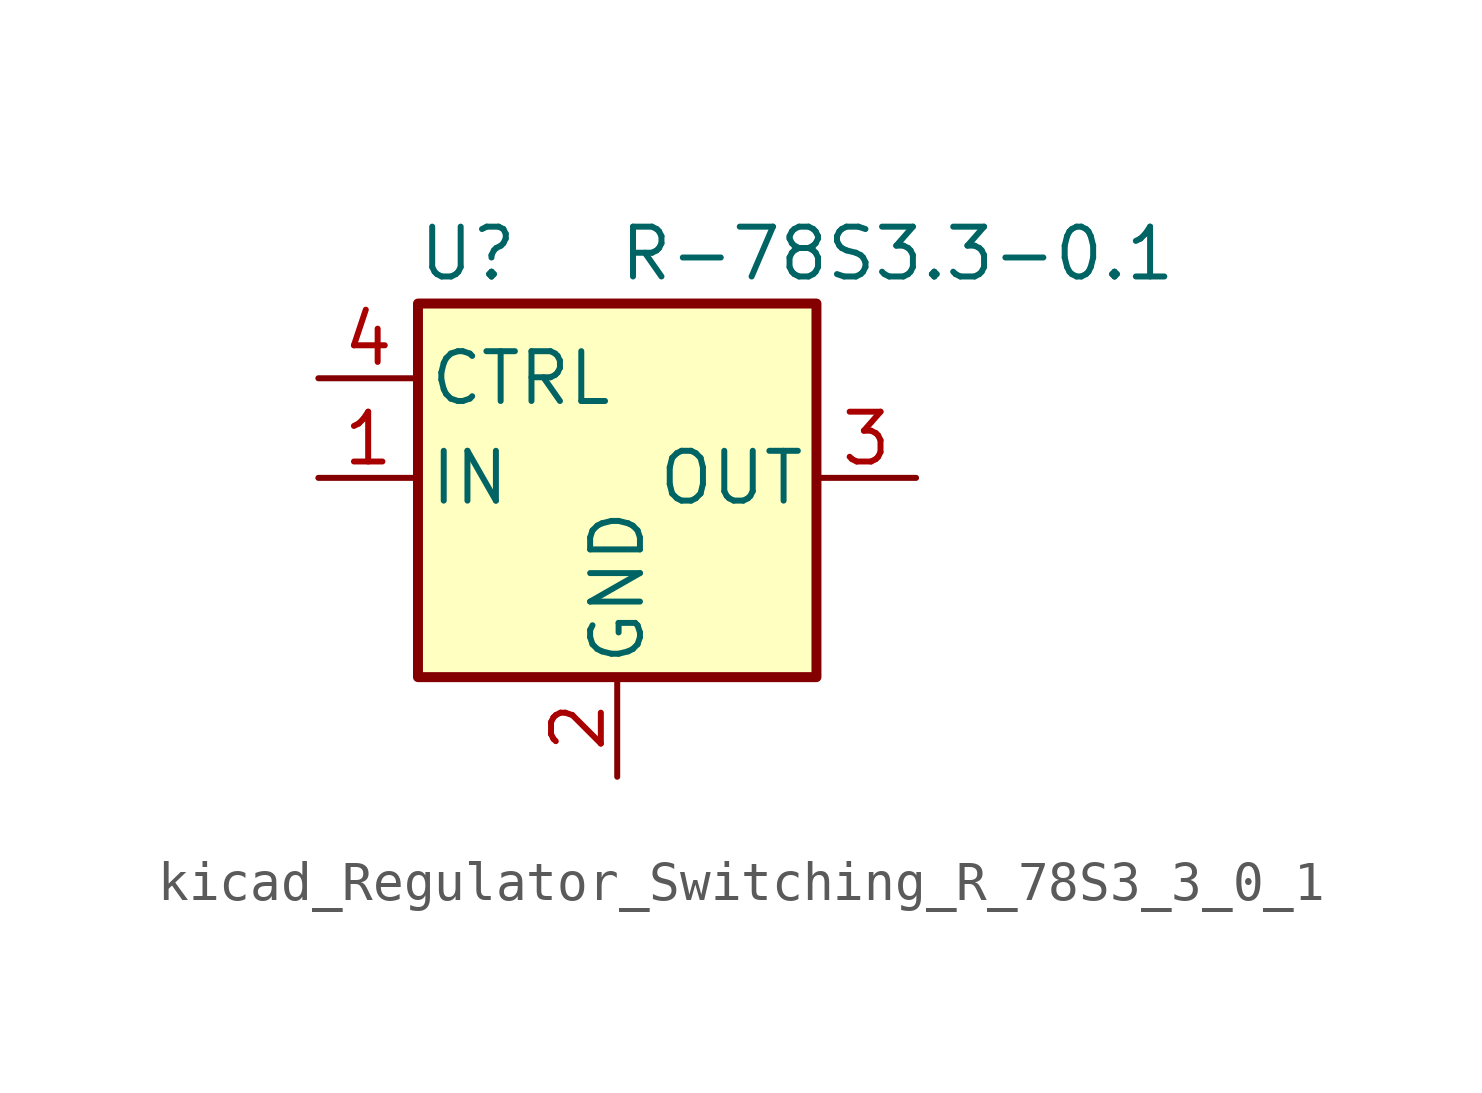
<source format=kicad_sym>
(kicad_symbol_lib
  (version 20220914)
  (generator kicad_symbol_editor)
  (symbol "kicad_Regulator_Switching_R_78S3_3_0_1"
    (pin_names
      (offset 0.254))
    (property "Reference" "U"
      (at -3.81 5.715 0)
      (effects (font (size 1.27 1.27))))
    (property "Value" "R-78S3.3-0.1"
      (at 0 5.715 0)
      (effects (font (size 1.27 1.27)) (justify left)))
    (symbol "kicad_Regulator_Switching_R_78S3_3_0_1_0_1"
      (rectangle (start -5.08 4.445) (end 5.08 -5.08) (stroke (width 0.254) (type default)) (fill (type background))))
    (symbol "kicad_Regulator_Switching_R_78S3_3_0_1_1_1"
      (pin power_in line (at -7.62 0 0) (length 2.54) (name "IN" (effects (font (size 1.27 1.27)))) (number "1" (effects (font (size 1.27 1.27)))))
      (pin power_in line (at 0 -7.62 90) (length 2.54) (name "GND" (effects (font (size 1.27 1.27)))) (number "2" (effects (font (size 1.27 1.27)))))
      (pin power_out line (at 7.62 0 180) (length 2.54) (name "OUT" (effects (font (size 1.27 1.27)))) (number "3" (effects (font (size 1.27 1.27)))))
      (pin input line (at -7.62 2.54 0) (length 2.54) (name "CTRL" (effects (font (size 1.27 1.27)))) (number "4" (effects (font (size 1.27 1.27))))))))
</source>
